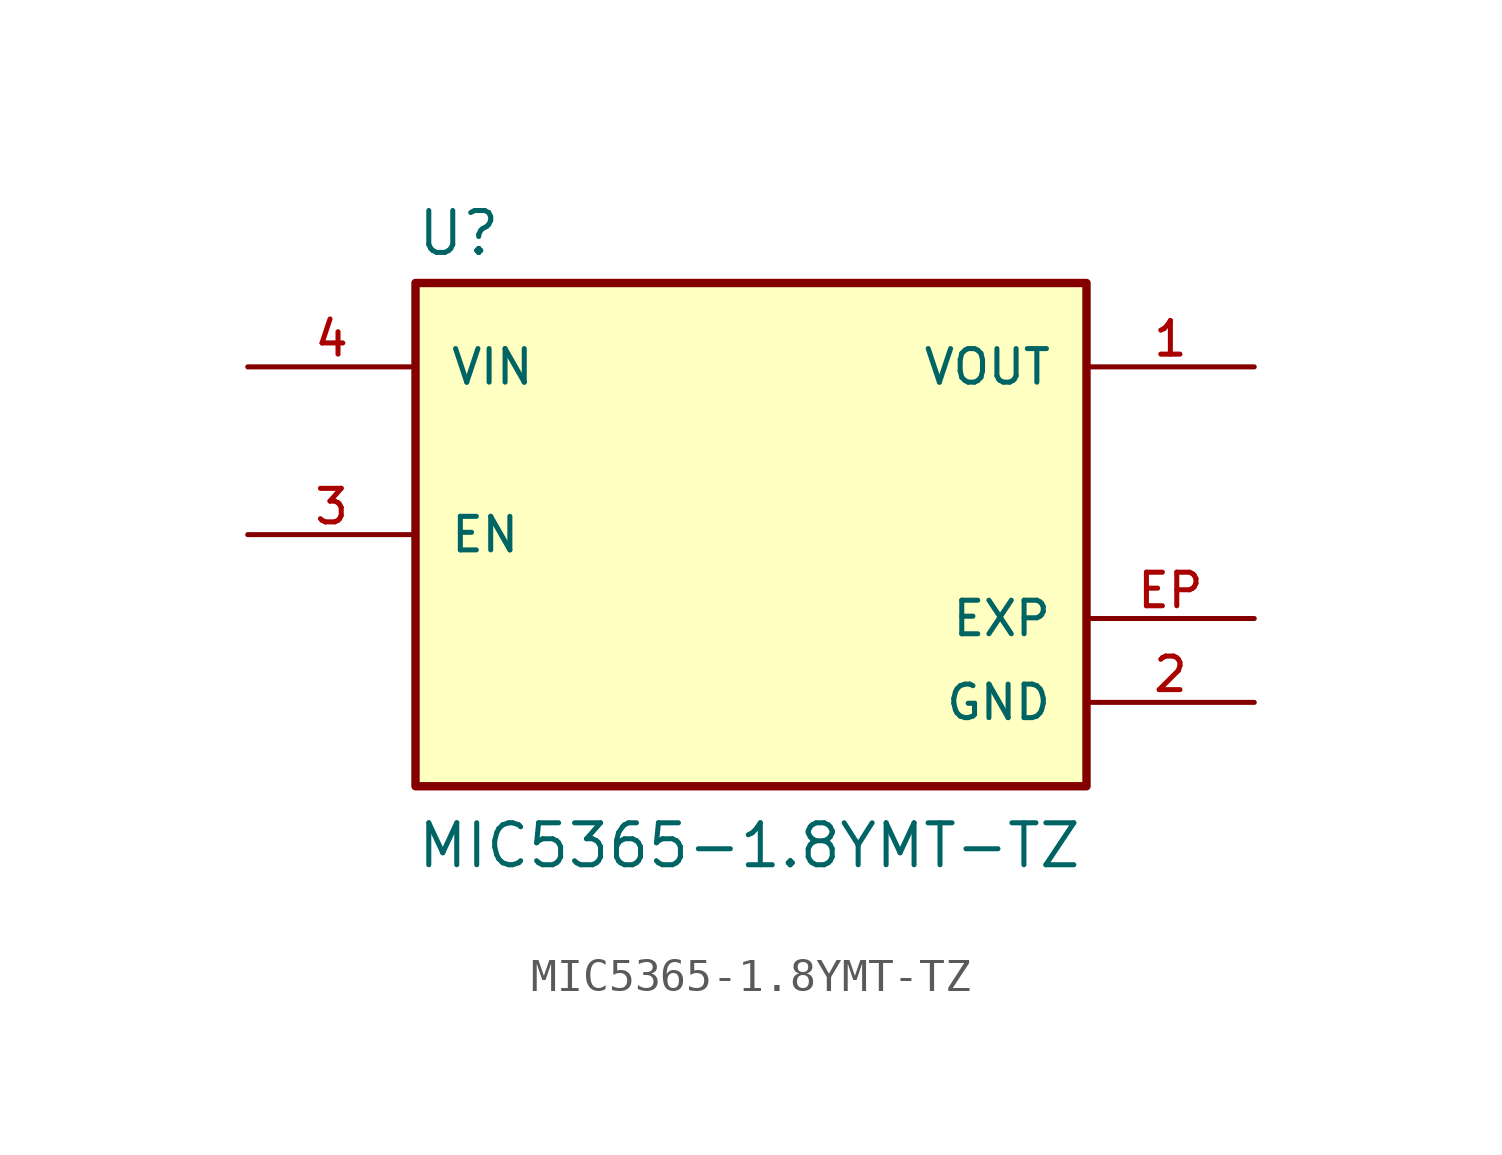
<source format=kicad_sym>
(kicad_symbol_lib
  (version 20211014)
  (generator kicad_symbol_editor)
  (symbol "MIC5365-1.8YMT-TZ"
    (pin_names
      (offset 1.016))
    (property "Reference" "U"
      (at -10.16 8.382 0)
      (effects (font (size 1.27 1.27)) (justify bottom left)))
    (property "Value" "MIC5365-1.8YMT-TZ"
      (at -10.16 -10.16 0)
      (effects (font (size 1.27 1.27)) (justify bottom left)))
    (symbol "MIC5365-1.8YMT-TZ_0_0"
      (rectangle (start -10.16 -7.62) (end 10.16 7.62) (stroke (width 0.254)) (fill (type background)))
      (pin output line (at 15.24 5.08 180.0) (length 5.08) (name "VOUT" (effects (font (size 1.016 1.016)))) (number "1" (effects (font (size 1.016 1.016)))))
      (pin power_in line (at 15.24 -5.08 180.0) (length 5.08) (name "GND" (effects (font (size 1.016 1.016)))) (number "2" (effects (font (size 1.016 1.016)))))
      (pin input line (at -15.24 0.0 0) (length 5.08) (name "EN" (effects (font (size 1.016 1.016)))) (number "3" (effects (font (size 1.016 1.016)))))
      (pin input line (at -15.24 5.08 0) (length 5.08) (name "VIN" (effects (font (size 1.016 1.016)))) (number "4" (effects (font (size 1.016 1.016)))))
      (pin power_in line (at 15.24 -2.54 180.0) (length 5.08) (name "EXP" (effects (font (size 1.016 1.016)))) (number "EP" (effects (font (size 1.016 1.016))))))))
</source>
